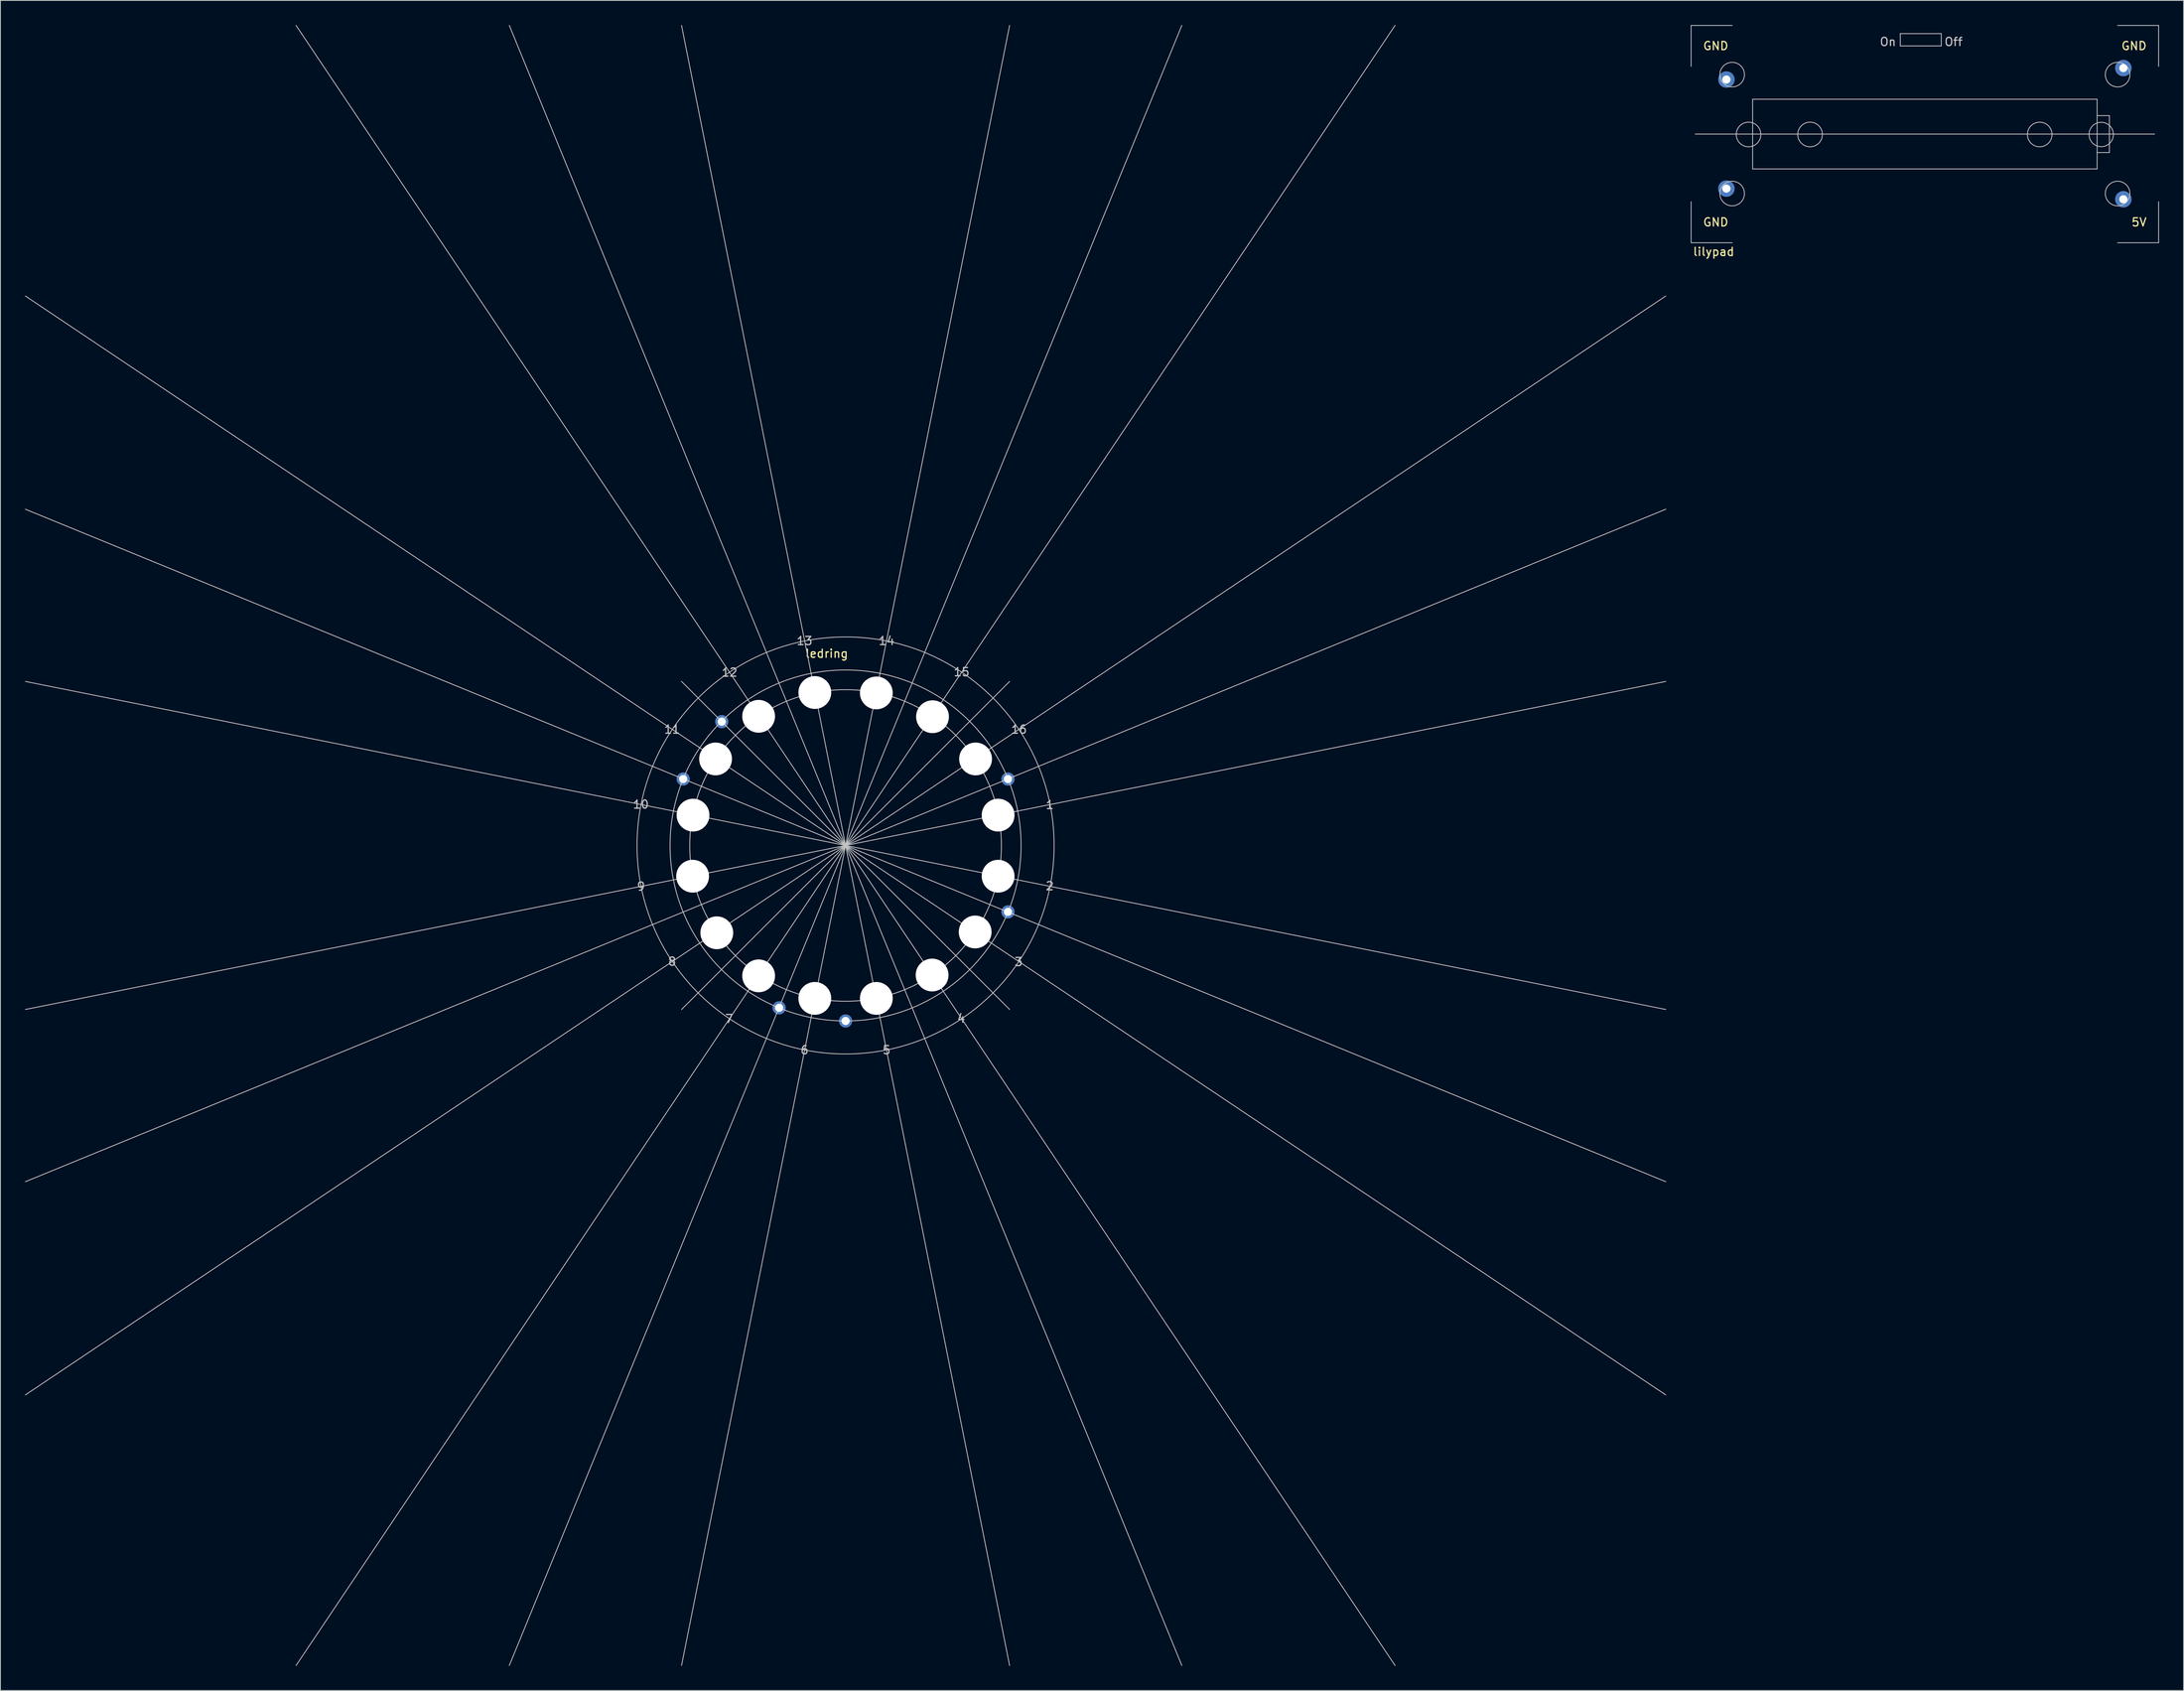
<source format=kicad_pcb>
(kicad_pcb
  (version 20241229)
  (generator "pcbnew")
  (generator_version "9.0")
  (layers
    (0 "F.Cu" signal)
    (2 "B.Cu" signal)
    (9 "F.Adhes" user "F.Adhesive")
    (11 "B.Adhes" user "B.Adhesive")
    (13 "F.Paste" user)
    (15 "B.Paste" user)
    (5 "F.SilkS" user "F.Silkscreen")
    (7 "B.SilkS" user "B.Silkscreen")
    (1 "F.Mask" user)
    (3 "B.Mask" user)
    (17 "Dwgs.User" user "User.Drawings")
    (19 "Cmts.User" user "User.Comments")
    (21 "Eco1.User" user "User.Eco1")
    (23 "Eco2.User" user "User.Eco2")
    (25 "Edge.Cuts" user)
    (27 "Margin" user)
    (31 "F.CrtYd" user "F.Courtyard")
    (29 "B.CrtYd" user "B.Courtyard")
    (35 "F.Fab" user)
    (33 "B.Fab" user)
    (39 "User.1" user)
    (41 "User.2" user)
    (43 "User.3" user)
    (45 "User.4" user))
  (footprint "ledring"
    (layer "F.Cu")
    (at 100.05 100.05)
    (property "Reference" "ledring" (at -2.3 -23.4 0) (layer "F.SilkS") (effects (font (size 1 1) (thickness 0.15))))
    (attr through_hole)
    (fp_line (start 0 0) (end -100 -67) (stroke (width 0.1) (type solid)) (layer "Dwgs.User"))
    (fp_line (start 0 0) (end -100 -41) (stroke (width 0.1) (type solid)) (layer "Dwgs.User"))
    (fp_line (start 0 0) (end -100 -20) (stroke (width 0.1) (type solid)) (layer "Dwgs.User"))
    (fp_line (start 0 0) (end -100 20) (stroke (width 0.1) (type solid)) (layer "Dwgs.User"))
    (fp_line (start 0 0) (end -100 41) (stroke (width 0.1) (type solid)) (layer "Dwgs.User"))
    (fp_line (start 0 0) (end -100 67) (stroke (width 0.1) (type solid)) (layer "Dwgs.User"))
    (fp_line (start 0 0) (end -67 -100) (stroke (width 0.1) (type solid)) (layer "Dwgs.User"))
    (fp_line (start 0 0) (end -67 100) (stroke (width 0.1) (type solid)) (layer "Dwgs.User"))
    (fp_line (start 0 0) (end -41 -100) (stroke (width 0.1) (type solid)) (layer "Dwgs.User"))
    (fp_line (start 0 0) (end -41 100) (stroke (width 0.1) (type solid)) (layer "Dwgs.User"))
    (fp_line (start 0 0) (end -20 -100) (stroke (width 0.1) (type solid)) (layer "Dwgs.User"))
    (fp_line (start 0 0) (end -20 -20) (stroke (width 0.1) (type solid)) (layer "Dwgs.User"))
    (fp_line (start 0 0) (end -20 20) (stroke (width 0.1) (type solid)) (layer "Dwgs.User"))
    (fp_line (start 0 0) (end -20 100) (stroke (width 0.1) (type solid)) (layer "Dwgs.User"))
    (fp_line (start 0 0) (end 20 -100) (stroke (width 0.1) (type solid)) (layer "Dwgs.User"))
    (fp_line (start 0 0) (end 20 -20) (stroke (width 0.1) (type solid)) (layer "Dwgs.User"))
    (fp_line (start 0 0) (end 20 20) (stroke (width 0.1) (type solid)) (layer "Dwgs.User"))
    (fp_line (start 0 0) (end 20 100) (stroke (width 0.1) (type solid)) (layer "Dwgs.User"))
    (fp_line (start 0 0) (end 41 -100) (stroke (width 0.1) (type solid)) (layer "Dwgs.User"))
    (fp_line (start 0 0) (end 41 100) (stroke (width 0.1) (type solid)) (layer "Dwgs.User"))
    (fp_line (start 0 0) (end 67 -100) (stroke (width 0.1) (type solid)) (layer "Dwgs.User"))
    (fp_line (start 0 0) (end 67 100) (stroke (width 0.1) (type solid)) (layer "Dwgs.User"))
    (fp_line (start 0 0) (end 100 -67) (stroke (width 0.1) (type solid)) (layer "Dwgs.User"))
    (fp_line (start 0 0) (end 100 -41) (stroke (width 0.1) (type solid)) (layer "Dwgs.User"))
    (fp_line (start 0 0) (end 100 20) (stroke (width 0.1) (type solid)) (layer "Dwgs.User"))
    (fp_line (start 0 0) (end 100 41) (stroke (width 0.1) (type solid)) (layer "Dwgs.User"))
    (fp_line (start 0 0) (end 100 67) (stroke (width 0.1) (type solid)) (layer "Dwgs.User"))
    (fp_line (start 100 -20) (end 0 0) (stroke (width 0.1) (type solid)) (layer "Dwgs.User"))
    (fp_circle (center 0 0) (end -21.4 0) (stroke (width 0.1) (type solid)) (fill no) (layer "Dwgs.User"))
    (fp_circle (center 0 0) (end -19 0) (stroke (width 0.1) (type solid)) (fill no) (layer "Dwgs.User"))
    (fp_circle (center 0 0) (end 25.428 0) (stroke (width 0.1) (type solid)) (fill no) (layer "Dwgs.User"))
    (fp_circle (center 0 0) (end 15.5 0) (stroke (width 0.1) (type solid)) (fill no) (layer "Margin"))
    (fp_circle (center 0 0) (end 22.4 0) (stroke (width 0.1) (type solid)) (fill no) (layer "Margin"))
    (fp_text user "10" (at -24.95 -5 0) (layer "Dwgs.User") (effects (font (size 1 1) (thickness 0.15))))
    (fp_text user "5" (at 5 24.95 0) (layer "Dwgs.User") (effects (font (size 1 1) (thickness 0.15))))
    (fp_text user "6" (at -5 24.95 0) (layer "Dwgs.User") (effects (font (size 1 1) (thickness 0.15))))
    (fp_text user "16" (at 21.15 -14.15 0) (layer "Dwgs.User") (effects (font (size 1 1) (thickness 0.15))))
    (fp_text user "2" (at 24.9 4.95 0) (layer "Dwgs.User") (effects (font (size 1 1) (thickness 0.15))))
    (fp_text user "15" (at 14.15 -21.15 0) (layer "Dwgs.User") (effects (font (size 1 1) (thickness 0.15))))
    (fp_text user "13" (at -5 -24.95 0) (layer "Dwgs.User") (effects (font (size 1 1) (thickness 0.15))))
    (fp_text user "8" (at -21.15 14.15 0) (layer "Dwgs.User") (effects (font (size 1 1) (thickness 0.15))))
    (fp_text user "7" (at -14.2 21.15 0) (layer "Dwgs.User") (effects (font (size 1 1) (thickness 0.15))))
    (fp_text user "1" (at 24.9 -4.95 0) (layer "Dwgs.User") (effects (font (size 1 1) (thickness 0.15))))
    (fp_text user "4" (at 14.1 21.1 0) (layer "Dwgs.User") (effects (font (size 1 1) (thickness 0.15))))
    (fp_text user "9" (at -24.95 5 0) (layer "Dwgs.User") (effects (font (size 1 1) (thickness 0.15))))
    (fp_text user "11" (at -21.15 -14.15 0) (layer "Dwgs.User") (effects (font (size 1 1) (thickness 0.15))))
    (fp_text user "12" (at -14.15 -21.1 0) (layer "Dwgs.User") (effects (font (size 1 1) (thickness 0.15))))
    (fp_text user "14" (at 5 -24.95 0) (layer "Dwgs.User") (effects (font (size 1 1) (thickness 0.15))))
    (fp_text user "3" (at 21.1 14.2 0) (layer "Dwgs.User") (effects (font (size 1 1) (thickness 0.15))))
    (pad "" np_thru_hole circle (at -18.65 3.75) (size 4 4) (drill 4) (layers "*.Cu" "*.Mask"))
    (pad "" np_thru_hole circle (at -18.6 -3.7) (size 4 4) (drill 4) (layers "*.Cu" "*.Mask"))
    (pad "" np_thru_hole circle (at -15.85 -10.55) (size 4 4) (drill 4) (layers "*.Cu" "*.Mask"))
    (pad "" np_thru_hole circle (at -15.7 10.65) (size 4 4) (drill 4) (layers "*.Cu" "*.Mask"))
    (pad "" np_thru_hole circle (at -10.6 -15.75) (size 4 4) (drill 4) (layers "*.Cu" "*.Mask"))
    (pad "" np_thru_hole circle (at -10.6 15.9) (size 4 4) (drill 4) (layers "*.Cu" "*.Mask"))
    (pad "" np_thru_hole circle (at -3.75 -18.65) (size 4 4) (drill 4) (layers "*.Cu" "*.Mask"))
    (pad "" np_thru_hole circle (at -3.75 18.65) (size 4 4) (drill 4) (layers "*.Cu" "*.Mask"))
    (pad "" np_thru_hole circle (at 3.75 -18.6) (size 4 4) (drill 4) (layers "*.Cu" "*.Mask"))
    (pad "" np_thru_hole circle (at 3.75 18.65) (size 4 4) (drill 4) (layers "*.Cu" "*.Mask"))
    (pad "" np_thru_hole circle (at 10.55 15.8) (size 4 4) (drill 4) (layers "*.Cu" "*.Mask"))
    (pad "" np_thru_hole circle (at 10.6 -15.7) (size 4 4) (drill 4) (layers "*.Cu" "*.Mask"))
    (pad "" np_thru_hole circle (at 15.8 10.55) (size 4 4) (drill 4) (layers "*.Cu" "*.Mask"))
    (pad "" np_thru_hole circle (at 15.85 -10.55) (size 4 4) (drill 4) (layers "*.Cu" "*.Mask"))
    (pad "" np_thru_hole circle (at 18.6 -3.7) (size 4 4) (drill 4) (layers "*.Cu" "*.Mask"))
    (pad "" np_thru_hole circle (at 18.6 3.75) (size 4 4) (drill 4) (layers "*.Cu" "*.Mask"))
    (pad "1" thru_hole circle (at -8.1 19.8) (size 1.6 1.6) (drill 1) (layers "*.Cu" "*.Mask"))
    (pad "1" thru_hole circle (at 0 21.4) (size 1.6 1.6) (drill 1) (layers "*.Cu" "*.Mask"))
    (pad "2" thru_hole circle (at -19.8 -8.1) (size 1.6 1.6) (drill 1) (layers "*.Cu" "*.Mask"))
    (pad "2" thru_hole circle (at -15.1 -15.1) (size 1.6 1.6) (drill 1) (layers "*.Cu" "*.Mask"))
    (pad "3" thru_hole circle (at 19.8 8.1) (size 1.6 1.6) (drill 1) (layers "*.Cu" "*.Mask"))
    (pad "4" thru_hole circle (at 19.8 -8.1) (size 1.6 1.6) (drill 1) (layers "*.Cu" "*.Mask")))
  (footprint "lilypad"
    (layer "F.Cu")
    (at 203.65 26.05)
    (property "Reference" "lilypad" (at 2.25 1.6 0) (layer "F.SilkS") (effects (font (size 1 1) (thickness 0.15))))
    (attr through_hole)
    (fp_line (start -0.5 -26) (end 4.5 -26) (stroke (width 0.1) (type solid)) (layer "Dwgs.User"))
    (fp_line (start -0.5 -21) (end -0.5 -26) (stroke (width 0.1) (type solid)) (layer "Dwgs.User"))
    (fp_line (start -0.5 0.5) (end -0.5 -4.5) (stroke (width 0.1) (type solid)) (layer "Dwgs.User"))
    (fp_line (start 0 -12.75) (end 56 -12.75) (stroke (width 0.1) (type solid)) (layer "Dwgs.User"))
    (fp_line (start 4.5 0.5) (end -0.5 0.5) (stroke (width 0.1) (type solid)) (layer "Dwgs.User"))
    (fp_line (start 7 -17) (end 49 -17) (stroke (width 0.1) (type solid)) (layer "Dwgs.User"))
    (fp_line (start 7 -8.5) (end 7 -17) (stroke (width 0.1) (type solid)) (layer "Dwgs.User"))
    (fp_line (start 25 -25) (end 30 -25) (stroke (width 0.1) (type solid)) (layer "Dwgs.User"))
    (fp_line (start 25 -23.5) (end 25 -25) (stroke (width 0.1) (type solid)) (layer "Dwgs.User"))
    (fp_line (start 30 -25) (end 30 -23.5) (stroke (width 0.1) (type solid)) (layer "Dwgs.User"))
    (fp_line (start 30 -23.5) (end 25 -23.5) (stroke (width 0.1) (type solid)) (layer "Dwgs.User"))
    (fp_line (start 49 -17) (end 49 -8.5) (stroke (width 0.1) (type solid)) (layer "Dwgs.User"))
    (fp_line (start 49 -15) (end 50.5 -15) (stroke (width 0.1) (type solid)) (layer "Dwgs.User"))
    (fp_line (start 49 -8.5) (end 7 -8.5) (stroke (width 0.1) (type solid)) (layer "Dwgs.User"))
    (fp_line (start 50.5 -15) (end 50.5 -10.5) (stroke (width 0.1) (type solid)) (layer "Dwgs.User"))
    (fp_line (start 50.5 -10.5) (end 49 -10.5) (stroke (width 0.1) (type solid)) (layer "Dwgs.User"))
    (fp_line (start 51.5 -26) (end 56.5 -26) (stroke (width 0.1) (type solid)) (layer "Dwgs.User"))
    (fp_line (start 56.5 -26) (end 56.5 -21) (stroke (width 0.1) (type solid)) (layer "Dwgs.User"))
    (fp_line (start 56.5 -4.5) (end 56.5 0.5) (stroke (width 0.1) (type solid)) (layer "Dwgs.User"))
    (fp_line (start 56.5 0.5) (end 51.5 0.5) (stroke (width 0.1) (type solid)) (layer "Dwgs.User"))
    (fp_circle (center 4.5 -20) (end 6 -20) (stroke (width 0.1) (type solid)) (fill no) (layer "Dwgs.User"))
    (fp_circle (center 4.5 -5.5) (end 6 -5.5) (stroke (width 0.1) (type solid)) (fill no) (layer "Dwgs.User"))
    (fp_circle (center 6.5 -12.7) (end 8 -12.7) (stroke (width 0.1) (type solid)) (fill no) (layer "Dwgs.User"))
    (fp_circle (center 14 -12.7) (end 15.503 -12.7) (stroke (width 0.1) (type solid)) (fill no) (layer "Dwgs.User"))
    (fp_circle (center 42 -12.7) (end 43.5 -12.7) (stroke (width 0.1) (type solid)) (fill no) (layer "Dwgs.User"))
    (fp_circle (center 49.5 -12.7) (end 50.987 -12.7) (stroke (width 0.1) (type solid)) (fill no) (layer "Dwgs.User"))
    (fp_circle (center 51.5 -20) (end 53 -20) (stroke (width 0.1) (type solid)) (fill no) (layer "Dwgs.User"))
    (fp_circle (center 51.5 -5.5) (end 53 -5.5) (stroke (width 0.1) (type solid)) (fill no) (layer "Dwgs.User"))
    (fp_line (start 0 -25.5) (end 0 0) (stroke (width 0.1) (type solid)) (layer "Margin"))
    (fp_line (start 0 0) (end 56 0) (stroke (width 0.1) (type solid)) (layer "Margin"))
    (fp_line (start 56 -25.5) (end 0 -25.5) (stroke (width 0.1) (type solid)) (layer "Margin"))
    (fp_line (start 56 0) (end 56 -25.5) (stroke (width 0.1) (type solid)) (layer "Margin"))
    (fp_text user "GND" (at 2.5 -2 0) (layer "F.SilkS") (effects (font (size 1 1) (thickness 0.15))))
    (fp_text user "GND" (at 53.5 -23.5 0) (layer "F.SilkS") (effects (font (size 1 1) (thickness 0.15))))
    (fp_text user "5V" (at 54.119 -2 0) (layer "F.SilkS") (effects (font (size 1 1) (thickness 0.15))))
    (fp_text user "GND" (at 2.5 -23.5 0) (layer "F.SilkS") (effects (font (size 1 1) (thickness 0.15))))
    (fp_text user "Off" (at 31.5 -24 0) (layer "Dwgs.User") (effects (font (size 1 1) (thickness 0.15))))
    (fp_text user "On" (at 23.5 -24 0) (layer "Dwgs.User") (effects (font (size 1 1) (thickness 0.15))))
    (pad "1" thru_hole circle (at 3.8 -6.1) (size 2 2) (drill 1) (layers "*.Cu" "*.Mask"))
    (pad "2" thru_hole circle (at 3.8 -19.4) (size 2 2) (drill 1) (layers "*.Cu" "*.Mask"))
    (pad "3" thru_hole circle (at 52.2 -4.8) (size 2 2) (drill 1) (layers "*.Cu" "*.Mask"))
    (pad "4" thru_hole circle (at 52.2 -20.8) (size 2 2) (drill 1) (layers "*.Cu" "*.Mask")))
  (gr_rect
    (start -3 -3)
    (end 263.2 203.1)
    (stroke (width 0.1) (type default))
    (fill no)
    (layer "Edge.Cuts")))
</source>
